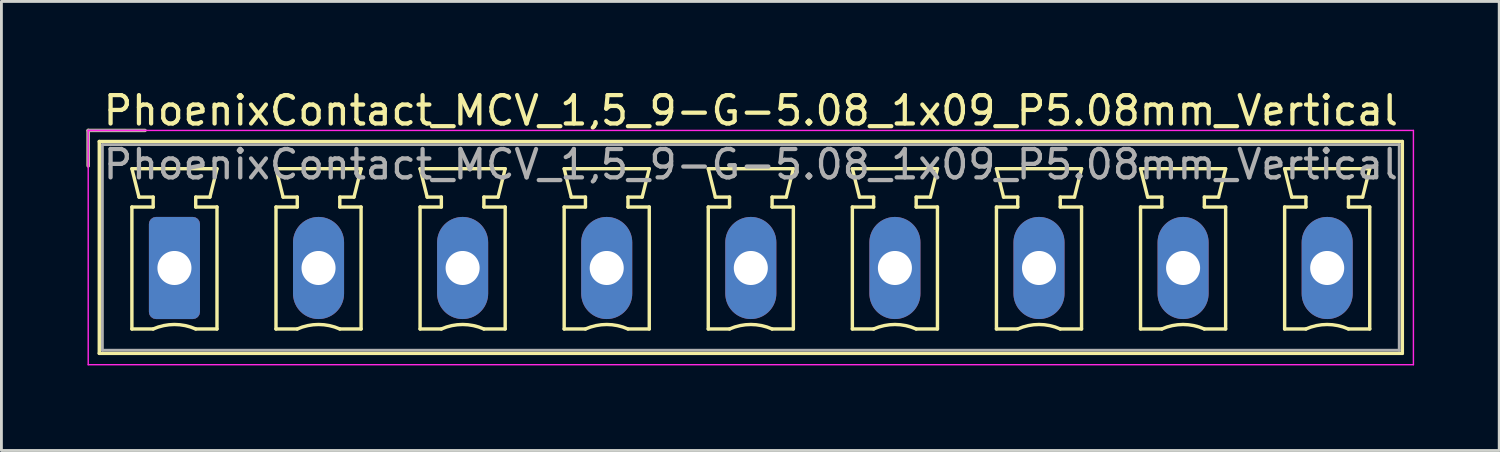
<source format=kicad_pcb>
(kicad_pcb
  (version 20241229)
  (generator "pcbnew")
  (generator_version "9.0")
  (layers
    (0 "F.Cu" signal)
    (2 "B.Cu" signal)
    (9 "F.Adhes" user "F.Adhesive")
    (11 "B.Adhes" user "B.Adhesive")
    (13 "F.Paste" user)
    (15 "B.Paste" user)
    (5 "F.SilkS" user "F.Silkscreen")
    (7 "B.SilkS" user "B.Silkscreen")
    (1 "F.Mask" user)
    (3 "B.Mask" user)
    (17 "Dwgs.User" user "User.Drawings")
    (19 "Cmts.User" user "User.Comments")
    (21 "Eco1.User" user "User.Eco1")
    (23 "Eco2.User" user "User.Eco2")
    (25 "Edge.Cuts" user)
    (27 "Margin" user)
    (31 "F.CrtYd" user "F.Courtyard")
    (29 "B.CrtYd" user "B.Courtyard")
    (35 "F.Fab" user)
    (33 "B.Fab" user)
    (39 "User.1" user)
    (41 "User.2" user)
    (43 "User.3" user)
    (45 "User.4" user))
  (footprint "PhoenixContact_MCV_1,5_9-G-5.08_1x09_P5.08mm_Vertical"
    (layer "F.Cu")
    (at 3.1 6.398)
    (property "Reference" "PhoenixContact_MCV_1,5_9-G-5.08_1x09_P5.08mm_Vertical" (at 20.32 -5.55 0) (layer "F.SilkS") (effects (font (size 1 1) (thickness 0.15))))
    (attr through_hole)
    (fp_line (start -3.04 -4.85) (end -1.04 -4.85) (stroke (width 0.12) (type solid)) (layer "F.SilkS"))
    (fp_line (start -3.04 -3.6) (end -3.04 -4.85) (stroke (width 0.12) (type solid)) (layer "F.SilkS"))
    (fp_line (start -2.65 -4.46) (end -2.65 3.01) (stroke (width 0.12) (type solid)) (layer "F.SilkS"))
    (fp_line (start -2.65 3.01) (end 43.29 3.01) (stroke (width 0.12) (type solid)) (layer "F.SilkS"))
    (fp_line (start -1.5 -3.5) (end 1.5 -3.5) (stroke (width 0.12) (type solid)) (layer "F.SilkS"))
    (fp_line (start -1.5 -2.15) (end -0.75 -2.15) (stroke (width 0.12) (type solid)) (layer "F.SilkS"))
    (fp_line (start -1.5 2.15) (end -1.5 -2.15) (stroke (width 0.12) (type solid)) (layer "F.SilkS"))
    (fp_line (start -1.25 -2.5) (end -1.5 -3.5) (stroke (width 0.12) (type solid)) (layer "F.SilkS"))
    (fp_line (start -0.75 -2.5) (end -1.25 -2.5) (stroke (width 0.12) (type solid)) (layer "F.SilkS"))
    (fp_line (start -0.75 -2.15) (end -0.75 -2.5) (stroke (width 0.12) (type solid)) (layer "F.SilkS"))
    (fp_line (start -0.75 2.15) (end -1.5 2.15) (stroke (width 0.12) (type solid)) (layer "F.SilkS"))
    (fp_line (start 0.75 -2.5) (end 0.75 -2.15) (stroke (width 0.12) (type solid)) (layer "F.SilkS"))
    (fp_line (start 0.75 -2.15) (end 1.5 -2.15) (stroke (width 0.12) (type solid)) (layer "F.SilkS"))
    (fp_line (start 1.25 -2.5) (end 0.75 -2.5) (stroke (width 0.12) (type solid)) (layer "F.SilkS"))
    (fp_line (start 1.5 -3.5) (end 1.25 -2.5) (stroke (width 0.12) (type solid)) (layer "F.SilkS"))
    (fp_line (start 1.5 -2.15) (end 1.5 2.15) (stroke (width 0.12) (type solid)) (layer "F.SilkS"))
    (fp_line (start 1.5 2.15) (end 0.75 2.15) (stroke (width 0.12) (type solid)) (layer "F.SilkS"))
    (fp_line (start 3.58 -3.5) (end 6.58 -3.5) (stroke (width 0.12) (type solid)) (layer "F.SilkS"))
    (fp_line (start 3.58 -2.15) (end 4.33 -2.15) (stroke (width 0.12) (type solid)) (layer "F.SilkS"))
    (fp_line (start 3.58 2.15) (end 3.58 -2.15) (stroke (width 0.12) (type solid)) (layer "F.SilkS"))
    (fp_line (start 3.83 -2.5) (end 3.58 -3.5) (stroke (width 0.12) (type solid)) (layer "F.SilkS"))
    (fp_line (start 4.33 -2.5) (end 3.83 -2.5) (stroke (width 0.12) (type solid)) (layer "F.SilkS"))
    (fp_line (start 4.33 -2.15) (end 4.33 -2.5) (stroke (width 0.12) (type solid)) (layer "F.SilkS"))
    (fp_line (start 4.33 2.15) (end 3.58 2.15) (stroke (width 0.12) (type solid)) (layer "F.SilkS"))
    (fp_line (start 5.83 -2.5) (end 5.83 -2.15) (stroke (width 0.12) (type solid)) (layer "F.SilkS"))
    (fp_line (start 5.83 -2.15) (end 6.58 -2.15) (stroke (width 0.12) (type solid)) (layer "F.SilkS"))
    (fp_line (start 6.33 -2.5) (end 5.83 -2.5) (stroke (width 0.12) (type solid)) (layer "F.SilkS"))
    (fp_line (start 6.58 -3.5) (end 6.33 -2.5) (stroke (width 0.12) (type solid)) (layer "F.SilkS"))
    (fp_line (start 6.58 -2.15) (end 6.58 2.15) (stroke (width 0.12) (type solid)) (layer "F.SilkS"))
    (fp_line (start 6.58 2.15) (end 5.83 2.15) (stroke (width 0.12) (type solid)) (layer "F.SilkS"))
    (fp_line (start 8.66 -3.5) (end 11.66 -3.5) (stroke (width 0.12) (type solid)) (layer "F.SilkS"))
    (fp_line (start 8.66 -2.15) (end 9.41 -2.15) (stroke (width 0.12) (type solid)) (layer "F.SilkS"))
    (fp_line (start 8.66 2.15) (end 8.66 -2.15) (stroke (width 0.12) (type solid)) (layer "F.SilkS"))
    (fp_line (start 8.91 -2.5) (end 8.66 -3.5) (stroke (width 0.12) (type solid)) (layer "F.SilkS"))
    (fp_line (start 9.41 -2.5) (end 8.91 -2.5) (stroke (width 0.12) (type solid)) (layer "F.SilkS"))
    (fp_line (start 9.41 -2.15) (end 9.41 -2.5) (stroke (width 0.12) (type solid)) (layer "F.SilkS"))
    (fp_line (start 9.41 2.15) (end 8.66 2.15) (stroke (width 0.12) (type solid)) (layer "F.SilkS"))
    (fp_line (start 10.91 -2.5) (end 10.91 -2.15) (stroke (width 0.12) (type solid)) (layer "F.SilkS"))
    (fp_line (start 10.91 -2.15) (end 11.66 -2.15) (stroke (width 0.12) (type solid)) (layer "F.SilkS"))
    (fp_line (start 11.41 -2.5) (end 10.91 -2.5) (stroke (width 0.12) (type solid)) (layer "F.SilkS"))
    (fp_line (start 11.66 -3.5) (end 11.41 -2.5) (stroke (width 0.12) (type solid)) (layer "F.SilkS"))
    (fp_line (start 11.66 -2.15) (end 11.66 2.15) (stroke (width 0.12) (type solid)) (layer "F.SilkS"))
    (fp_line (start 11.66 2.15) (end 10.91 2.15) (stroke (width 0.12) (type solid)) (layer "F.SilkS"))
    (fp_line (start 13.74 -3.5) (end 16.74 -3.5) (stroke (width 0.12) (type solid)) (layer "F.SilkS"))
    (fp_line (start 13.74 -2.15) (end 14.49 -2.15) (stroke (width 0.12) (type solid)) (layer "F.SilkS"))
    (fp_line (start 13.74 2.15) (end 13.74 -2.15) (stroke (width 0.12) (type solid)) (layer "F.SilkS"))
    (fp_line (start 13.99 -2.5) (end 13.74 -3.5) (stroke (width 0.12) (type solid)) (layer "F.SilkS"))
    (fp_line (start 14.49 -2.5) (end 13.99 -2.5) (stroke (width 0.12) (type solid)) (layer "F.SilkS"))
    (fp_line (start 14.49 -2.15) (end 14.49 -2.5) (stroke (width 0.12) (type solid)) (layer "F.SilkS"))
    (fp_line (start 14.49 2.15) (end 13.74 2.15) (stroke (width 0.12) (type solid)) (layer "F.SilkS"))
    (fp_line (start 15.99 -2.5) (end 15.99 -2.15) (stroke (width 0.12) (type solid)) (layer "F.SilkS"))
    (fp_line (start 15.99 -2.15) (end 16.74 -2.15) (stroke (width 0.12) (type solid)) (layer "F.SilkS"))
    (fp_line (start 16.49 -2.5) (end 15.99 -2.5) (stroke (width 0.12) (type solid)) (layer "F.SilkS"))
    (fp_line (start 16.74 -3.5) (end 16.49 -2.5) (stroke (width 0.12) (type solid)) (layer "F.SilkS"))
    (fp_line (start 16.74 -2.15) (end 16.74 2.15) (stroke (width 0.12) (type solid)) (layer "F.SilkS"))
    (fp_line (start 16.74 2.15) (end 15.99 2.15) (stroke (width 0.12) (type solid)) (layer "F.SilkS"))
    (fp_line (start 18.82 -3.5) (end 21.82 -3.5) (stroke (width 0.12) (type solid)) (layer "F.SilkS"))
    (fp_line (start 18.82 -2.15) (end 19.57 -2.15) (stroke (width 0.12) (type solid)) (layer "F.SilkS"))
    (fp_line (start 18.82 2.15) (end 18.82 -2.15) (stroke (width 0.12) (type solid)) (layer "F.SilkS"))
    (fp_line (start 19.07 -2.5) (end 18.82 -3.5) (stroke (width 0.12) (type solid)) (layer "F.SilkS"))
    (fp_line (start 19.57 -2.5) (end 19.07 -2.5) (stroke (width 0.12) (type solid)) (layer "F.SilkS"))
    (fp_line (start 19.57 -2.15) (end 19.57 -2.5) (stroke (width 0.12) (type solid)) (layer "F.SilkS"))
    (fp_line (start 19.57 2.15) (end 18.82 2.15) (stroke (width 0.12) (type solid)) (layer "F.SilkS"))
    (fp_line (start 21.07 -2.5) (end 21.07 -2.15) (stroke (width 0.12) (type solid)) (layer "F.SilkS"))
    (fp_line (start 21.07 -2.15) (end 21.82 -2.15) (stroke (width 0.12) (type solid)) (layer "F.SilkS"))
    (fp_line (start 21.57 -2.5) (end 21.07 -2.5) (stroke (width 0.12) (type solid)) (layer "F.SilkS"))
    (fp_line (start 21.82 -3.5) (end 21.57 -2.5) (stroke (width 0.12) (type solid)) (layer "F.SilkS"))
    (fp_line (start 21.82 -2.15) (end 21.82 2.15) (stroke (width 0.12) (type solid)) (layer "F.SilkS"))
    (fp_line (start 21.82 2.15) (end 21.07 2.15) (stroke (width 0.12) (type solid)) (layer "F.SilkS"))
    (fp_line (start 23.9 -3.5) (end 26.9 -3.5) (stroke (width 0.12) (type solid)) (layer "F.SilkS"))
    (fp_line (start 23.9 -2.15) (end 24.65 -2.15) (stroke (width 0.12) (type solid)) (layer "F.SilkS"))
    (fp_line (start 23.9 2.15) (end 23.9 -2.15) (stroke (width 0.12) (type solid)) (layer "F.SilkS"))
    (fp_line (start 24.15 -2.5) (end 23.9 -3.5) (stroke (width 0.12) (type solid)) (layer "F.SilkS"))
    (fp_line (start 24.65 -2.5) (end 24.15 -2.5) (stroke (width 0.12) (type solid)) (layer "F.SilkS"))
    (fp_line (start 24.65 -2.15) (end 24.65 -2.5) (stroke (width 0.12) (type solid)) (layer "F.SilkS"))
    (fp_line (start 24.65 2.15) (end 23.9 2.15) (stroke (width 0.12) (type solid)) (layer "F.SilkS"))
    (fp_line (start 26.15 -2.5) (end 26.15 -2.15) (stroke (width 0.12) (type solid)) (layer "F.SilkS"))
    (fp_line (start 26.15 -2.15) (end 26.9 -2.15) (stroke (width 0.12) (type solid)) (layer "F.SilkS"))
    (fp_line (start 26.65 -2.5) (end 26.15 -2.5) (stroke (width 0.12) (type solid)) (layer "F.SilkS"))
    (fp_line (start 26.9 -3.5) (end 26.65 -2.5) (stroke (width 0.12) (type solid)) (layer "F.SilkS"))
    (fp_line (start 26.9 -2.15) (end 26.9 2.15) (stroke (width 0.12) (type solid)) (layer "F.SilkS"))
    (fp_line (start 26.9 2.15) (end 26.15 2.15) (stroke (width 0.12) (type solid)) (layer "F.SilkS"))
    (fp_line (start 28.98 -3.5) (end 31.98 -3.5) (stroke (width 0.12) (type solid)) (layer "F.SilkS"))
    (fp_line (start 28.98 -2.15) (end 29.73 -2.15) (stroke (width 0.12) (type solid)) (layer "F.SilkS"))
    (fp_line (start 28.98 2.15) (end 28.98 -2.15) (stroke (width 0.12) (type solid)) (layer "F.SilkS"))
    (fp_line (start 29.23 -2.5) (end 28.98 -3.5) (stroke (width 0.12) (type solid)) (layer "F.SilkS"))
    (fp_line (start 29.73 -2.5) (end 29.23 -2.5) (stroke (width 0.12) (type solid)) (layer "F.SilkS"))
    (fp_line (start 29.73 -2.15) (end 29.73 -2.5) (stroke (width 0.12) (type solid)) (layer "F.SilkS"))
    (fp_line (start 29.73 2.15) (end 28.98 2.15) (stroke (width 0.12) (type solid)) (layer "F.SilkS"))
    (fp_line (start 31.23 -2.5) (end 31.23 -2.15) (stroke (width 0.12) (type solid)) (layer "F.SilkS"))
    (fp_line (start 31.23 -2.15) (end 31.98 -2.15) (stroke (width 0.12) (type solid)) (layer "F.SilkS"))
    (fp_line (start 31.73 -2.5) (end 31.23 -2.5) (stroke (width 0.12) (type solid)) (layer "F.SilkS"))
    (fp_line (start 31.98 -3.5) (end 31.73 -2.5) (stroke (width 0.12) (type solid)) (layer "F.SilkS"))
    (fp_line (start 31.98 -2.15) (end 31.98 2.15) (stroke (width 0.12) (type solid)) (layer "F.SilkS"))
    (fp_line (start 31.98 2.15) (end 31.23 2.15) (stroke (width 0.12) (type solid)) (layer "F.SilkS"))
    (fp_line (start 34.06 -3.5) (end 37.06 -3.5) (stroke (width 0.12) (type solid)) (layer "F.SilkS"))
    (fp_line (start 34.06 -2.15) (end 34.81 -2.15) (stroke (width 0.12) (type solid)) (layer "F.SilkS"))
    (fp_line (start 34.06 2.15) (end 34.06 -2.15) (stroke (width 0.12) (type solid)) (layer "F.SilkS"))
    (fp_line (start 34.31 -2.5) (end 34.06 -3.5) (stroke (width 0.12) (type solid)) (layer "F.SilkS"))
    (fp_line (start 34.81 -2.5) (end 34.31 -2.5) (stroke (width 0.12) (type solid)) (layer "F.SilkS"))
    (fp_line (start 34.81 -2.15) (end 34.81 -2.5) (stroke (width 0.12) (type solid)) (layer "F.SilkS"))
    (fp_line (start 34.81 2.15) (end 34.06 2.15) (stroke (width 0.12) (type solid)) (layer "F.SilkS"))
    (fp_line (start 36.31 -2.5) (end 36.31 -2.15) (stroke (width 0.12) (type solid)) (layer "F.SilkS"))
    (fp_line (start 36.31 -2.15) (end 37.06 -2.15) (stroke (width 0.12) (type solid)) (layer "F.SilkS"))
    (fp_line (start 36.81 -2.5) (end 36.31 -2.5) (stroke (width 0.12) (type solid)) (layer "F.SilkS"))
    (fp_line (start 37.06 -3.5) (end 36.81 -2.5) (stroke (width 0.12) (type solid)) (layer "F.SilkS"))
    (fp_line (start 37.06 -2.15) (end 37.06 2.15) (stroke (width 0.12) (type solid)) (layer "F.SilkS"))
    (fp_line (start 37.06 2.15) (end 36.31 2.15) (stroke (width 0.12) (type solid)) (layer "F.SilkS"))
    (fp_line (start 39.14 -3.5) (end 42.14 -3.5) (stroke (width 0.12) (type solid)) (layer "F.SilkS"))
    (fp_line (start 39.14 -2.15) (end 39.89 -2.15) (stroke (width 0.12) (type solid)) (layer "F.SilkS"))
    (fp_line (start 39.14 2.15) (end 39.14 -2.15) (stroke (width 0.12) (type solid)) (layer "F.SilkS"))
    (fp_line (start 39.39 -2.5) (end 39.14 -3.5) (stroke (width 0.12) (type solid)) (layer "F.SilkS"))
    (fp_line (start 39.89 -2.5) (end 39.39 -2.5) (stroke (width 0.12) (type solid)) (layer "F.SilkS"))
    (fp_line (start 39.89 -2.15) (end 39.89 -2.5) (stroke (width 0.12) (type solid)) (layer "F.SilkS"))
    (fp_line (start 39.89 2.15) (end 39.14 2.15) (stroke (width 0.12) (type solid)) (layer "F.SilkS"))
    (fp_line (start 41.39 -2.5) (end 41.39 -2.15) (stroke (width 0.12) (type solid)) (layer "F.SilkS"))
    (fp_line (start 41.39 -2.15) (end 42.14 -2.15) (stroke (width 0.12) (type solid)) (layer "F.SilkS"))
    (fp_line (start 41.89 -2.5) (end 41.39 -2.5) (stroke (width 0.12) (type solid)) (layer "F.SilkS"))
    (fp_line (start 42.14 -3.5) (end 41.89 -2.5) (stroke (width 0.12) (type solid)) (layer "F.SilkS"))
    (fp_line (start 42.14 -2.15) (end 42.14 2.15) (stroke (width 0.12) (type solid)) (layer "F.SilkS"))
    (fp_line (start 42.14 2.15) (end 41.39 2.15) (stroke (width 0.12) (type solid)) (layer "F.SilkS"))
    (fp_line (start 43.29 -4.46) (end -2.65 -4.46) (stroke (width 0.12) (type solid)) (layer "F.SilkS"))
    (fp_line (start 43.29 3.01) (end 43.29 -4.46) (stroke (width 0.12) (type solid)) (layer "F.SilkS"))
    (fp_arc (start -0.75 2.15) (mid -0.000193 1.99191) (end 0.749647 2.149844) (stroke (width 0.12) (type solid)) (layer "F.SilkS"))
    (fp_arc (start 4.33 2.15) (mid 5.079807 1.99191) (end 5.829647 2.149844) (stroke (width 0.12) (type solid)) (layer "F.SilkS"))
    (fp_arc (start 9.41 2.15) (mid 10.159807 1.99191) (end 10.909647 2.149844) (stroke (width 0.12) (type solid)) (layer "F.SilkS"))
    (fp_arc (start 14.49 2.15) (mid 15.239807 1.99191) (end 15.989647 2.149844) (stroke (width 0.12) (type solid)) (layer "F.SilkS"))
    (fp_arc (start 19.57 2.15) (mid 20.319807 1.99191) (end 21.069647 2.149844) (stroke (width 0.12) (type solid)) (layer "F.SilkS"))
    (fp_arc (start 24.65 2.15) (mid 25.399807 1.99191) (end 26.149647 2.149844) (stroke (width 0.12) (type solid)) (layer "F.SilkS"))
    (fp_arc (start 29.73 2.15) (mid 30.479807 1.99191) (end 31.229647 2.149844) (stroke (width 0.12) (type solid)) (layer "F.SilkS"))
    (fp_arc (start 34.81 2.15) (mid 35.559807 1.99191) (end 36.309647 2.149844) (stroke (width 0.12) (type solid)) (layer "F.SilkS"))
    (fp_arc (start 39.89 2.15) (mid 40.639807 1.99191) (end 41.389647 2.149844) (stroke (width 0.12) (type solid)) (layer "F.SilkS"))
    (fp_line (start -3.04 -4.85) (end -3.04 3.41) (stroke (width 0.05) (type solid)) (layer "F.CrtYd"))
    (fp_line (start -3.04 3.41) (end 43.68 3.41) (stroke (width 0.05) (type solid)) (layer "F.CrtYd"))
    (fp_line (start 43.68 -4.85) (end -3.04 -4.85) (stroke (width 0.05) (type solid)) (layer "F.CrtYd"))
    (fp_line (start 43.68 3.41) (end 43.68 -4.85) (stroke (width 0.05) (type solid)) (layer "F.CrtYd"))
    (fp_line (start -3.04 -4.85) (end -1.04 -4.85) (stroke (width 0.1) (type solid)) (layer "F.Fab"))
    (fp_line (start -3.04 -3.6) (end -3.04 -4.85) (stroke (width 0.1) (type solid)) (layer "F.Fab"))
    (fp_line (start -2.54 -4.35) (end -2.54 2.9) (stroke (width 0.1) (type solid)) (layer "F.Fab"))
    (fp_line (start -2.54 2.9) (end 43.18 2.9) (stroke (width 0.1) (type solid)) (layer "F.Fab"))
    (fp_line (start 43.18 -4.35) (end -2.54 -4.35) (stroke (width 0.1) (type solid)) (layer "F.Fab"))
    (fp_line (start 43.18 2.9) (end 43.18 -4.35) (stroke (width 0.1) (type solid)) (layer "F.Fab"))
    (fp_text user "${REFERENCE}" (at 20.32 -3.65 0) (layer "F.Fab") (effects (font (size 1 1) (thickness 0.15))))
    (pad "1" thru_hole roundrect (at 0 0) (size 1.8 3.6) (drill 1.2) (layers "*.Cu" "*.Mask") (roundrect_rratio 0.139))
    (pad "2" thru_hole oval (at 5.08 0) (size 1.8 3.6) (drill 1.2) (layers "*.Cu" "*.Mask"))
    (pad "3" thru_hole oval (at 10.16 0) (size 1.8 3.6) (drill 1.2) (layers "*.Cu" "*.Mask"))
    (pad "4" thru_hole oval (at 15.24 0) (size 1.8 3.6) (drill 1.2) (layers "*.Cu" "*.Mask"))
    (pad "5" thru_hole oval (at 20.32 0) (size 1.8 3.6) (drill 1.2) (layers "*.Cu" "*.Mask"))
    (pad "6" thru_hole oval (at 25.4 0) (size 1.8 3.6) (drill 1.2) (layers "*.Cu" "*.Mask"))
    (pad "7" thru_hole oval (at 30.48 0) (size 1.8 3.6) (drill 1.2) (layers "*.Cu" "*.Mask"))
    (pad "8" thru_hole oval (at 35.56 0) (size 1.8 3.6) (drill 1.2) (layers "*.Cu" "*.Mask"))
    (pad "9" thru_hole oval (at 40.64 0) (size 1.8 3.6) (drill 1.2) (layers "*.Cu" "*.Mask")))
  (gr_rect
    (start -3 -3)
    (end 49.805 12.833)
    (stroke (width 0.1) (type default))
    (fill no)
    (layer "Edge.Cuts")))
</source>
